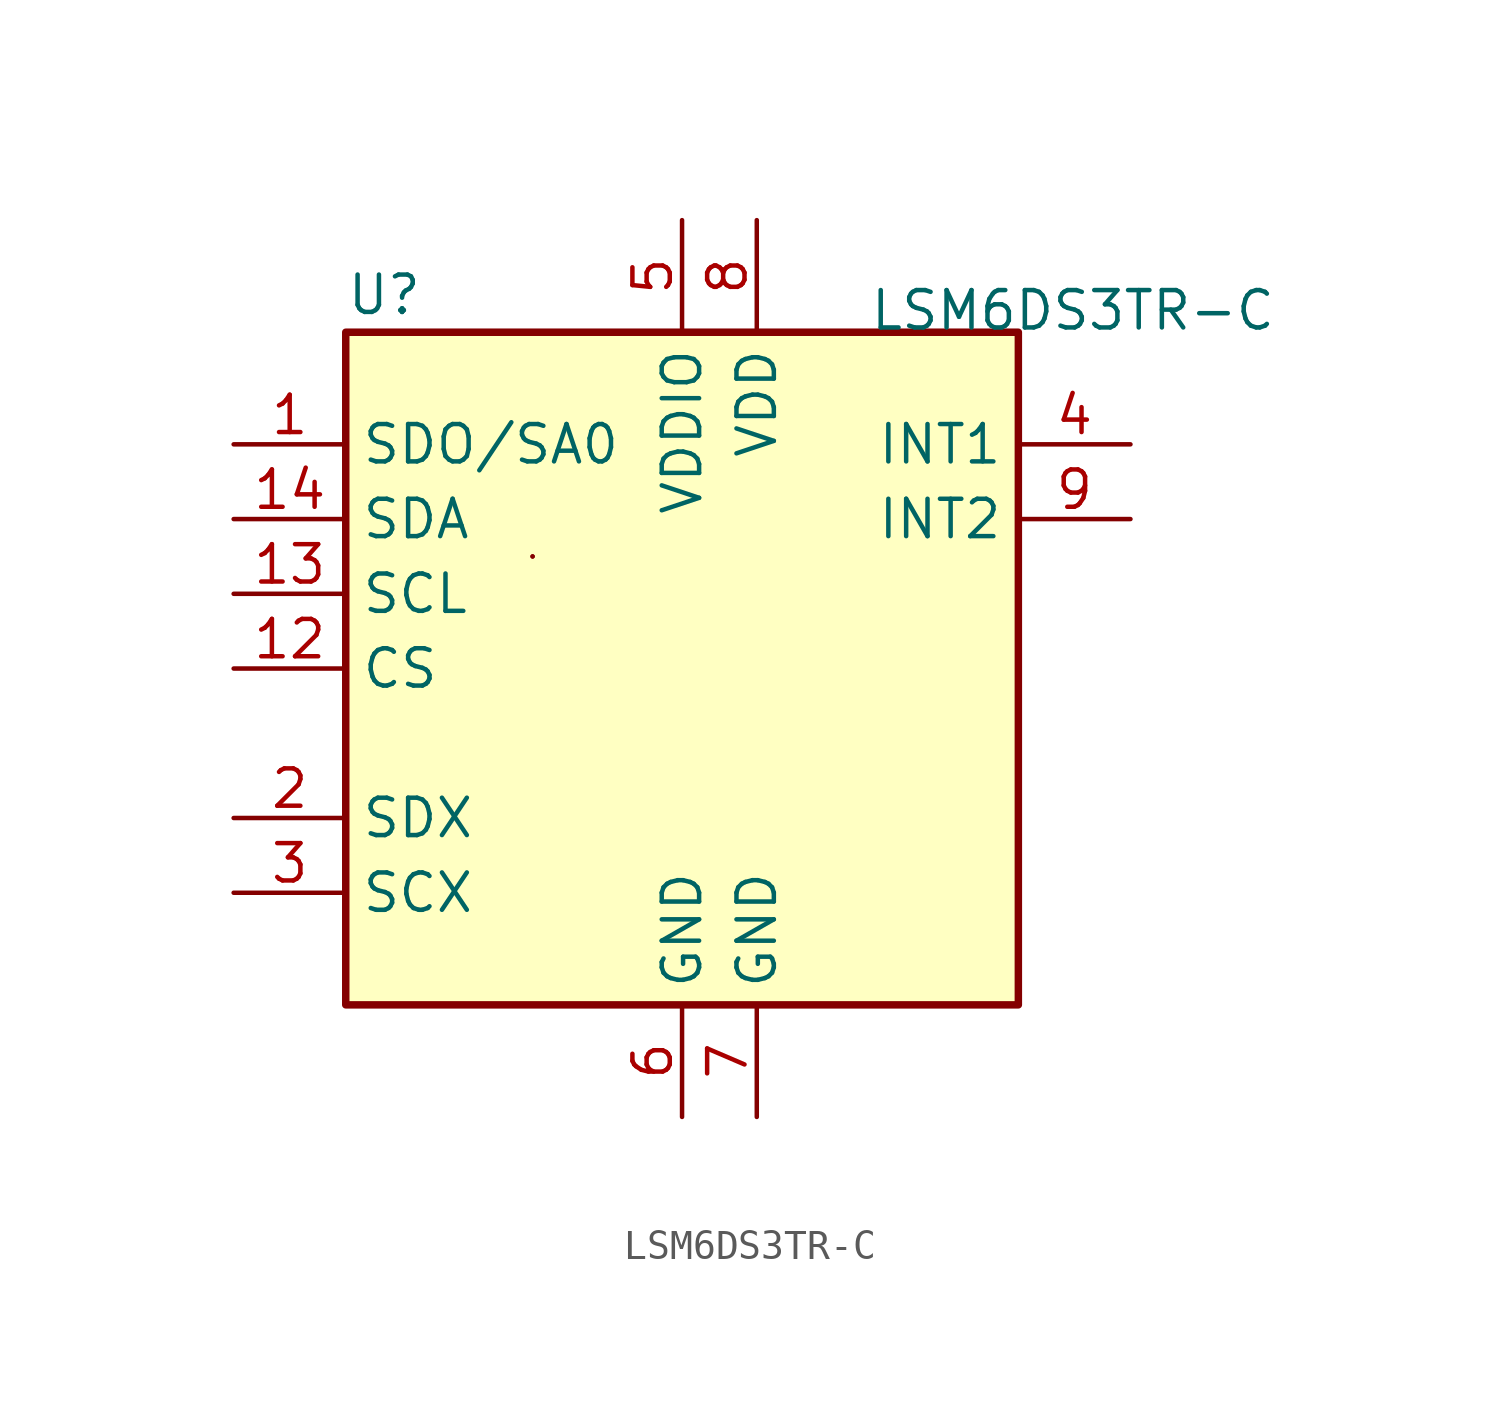
<source format=kicad_sym>
(kicad_symbol_lib
  (version 20211014)
  (generator kicad_symbol_editor)
  (symbol "LSM6DS3TR-C"
    (property "Reference" "U"
      (at -11.43 12.7 0)
      (effects (font (size 1.27 1.27)) (justify left)))
    (property "Value" "LSM6DS3TR-C"
      (at 6.35 11.43 0)
      (effects (font (size 1.27 1.27)) (justify left bottom)))
    (symbol "LSM6DS3TR-C_0_1"
      (rectangle (start -5.08 3.81) (end -5.08 3.81) (stroke (width 0.152) (type default) (color 0 0 0 0)) (fill (type none)))
      (rectangle (start -5.08 3.81) (end -5.08 3.81) (stroke (width 0.152) (type default) (color 0 0 0 0)) (fill (type none)))
      (rectangle (start 11.43 11.43) (end -11.43 -11.43) (stroke (width 0.254) (type default) (color 0 0 0 0)) (fill (type background))))
    (symbol "LSM6DS3TR-C_1_1"
      (pin bidirectional line (at -15.24 7.62 0) (length 3.81) (name "SDO/SA0" (effects (font (size 1.27 1.27)))) (number "1" (effects (font (size 1.27 1.27)))))
      (pin no_connect line (at 15.24 -7.62 180) (length 3.81) hide (name "NC" (effects (font (size 1.27 1.27)))) (number "10" (effects (font (size 1.27 1.27)))))
      (pin no_connect line (at 15.24 -5.08 180) (length 3.81) hide (name "NC" (effects (font (size 1.27 1.27)))) (number "11" (effects (font (size 1.27 1.27)))))
      (pin input line (at -15.24 0 0) (length 3.81) (name "CS" (effects (font (size 1.27 1.27)))) (number "12" (effects (font (size 1.27 1.27)))))
      (pin input line (at -15.24 2.54 0) (length 3.81) (name "SCL" (effects (font (size 1.27 1.27)))) (number "13" (effects (font (size 1.27 1.27)))))
      (pin bidirectional line (at -15.24 5.08 0) (length 3.81) (name "SDA" (effects (font (size 1.27 1.27)))) (number "14" (effects (font (size 1.27 1.27)))))
      (pin bidirectional line (at -15.24 -5.08 0) (length 3.81) (name "SDX" (effects (font (size 1.27 1.27)))) (number "2" (effects (font (size 1.27 1.27)))))
      (pin input line (at -15.24 -7.62 0) (length 3.81) (name "SCX" (effects (font (size 1.27 1.27)))) (number "3" (effects (font (size 1.27 1.27)))))
      (pin output line (at 15.24 7.62 180) (length 3.81) (name "INT1" (effects (font (size 1.27 1.27)))) (number "4" (effects (font (size 1.27 1.27)))))
      (pin power_in line (at 0 15.24 270) (length 3.81) (name "VDDIO" (effects (font (size 1.27 1.27)))) (number "5" (effects (font (size 1.27 1.27)))))
      (pin power_in line (at 0 -15.24 90) (length 3.81) (name "GND" (effects (font (size 1.27 1.27)))) (number "6" (effects (font (size 1.27 1.27)))))
      (pin power_in line (at 2.54 -15.24 90) (length 3.81) (name "GND" (effects (font (size 1.27 1.27)))) (number "7" (effects (font (size 1.27 1.27)))))
      (pin power_in line (at 2.54 15.24 270) (length 3.81) (name "VDD" (effects (font (size 1.27 1.27)))) (number "8" (effects (font (size 1.27 1.27)))))
      (pin output line (at 15.24 5.08 180) (length 3.81) (name "INT2" (effects (font (size 1.27 1.27)))) (number "9" (effects (font (size 1.27 1.27))))))))
</source>
